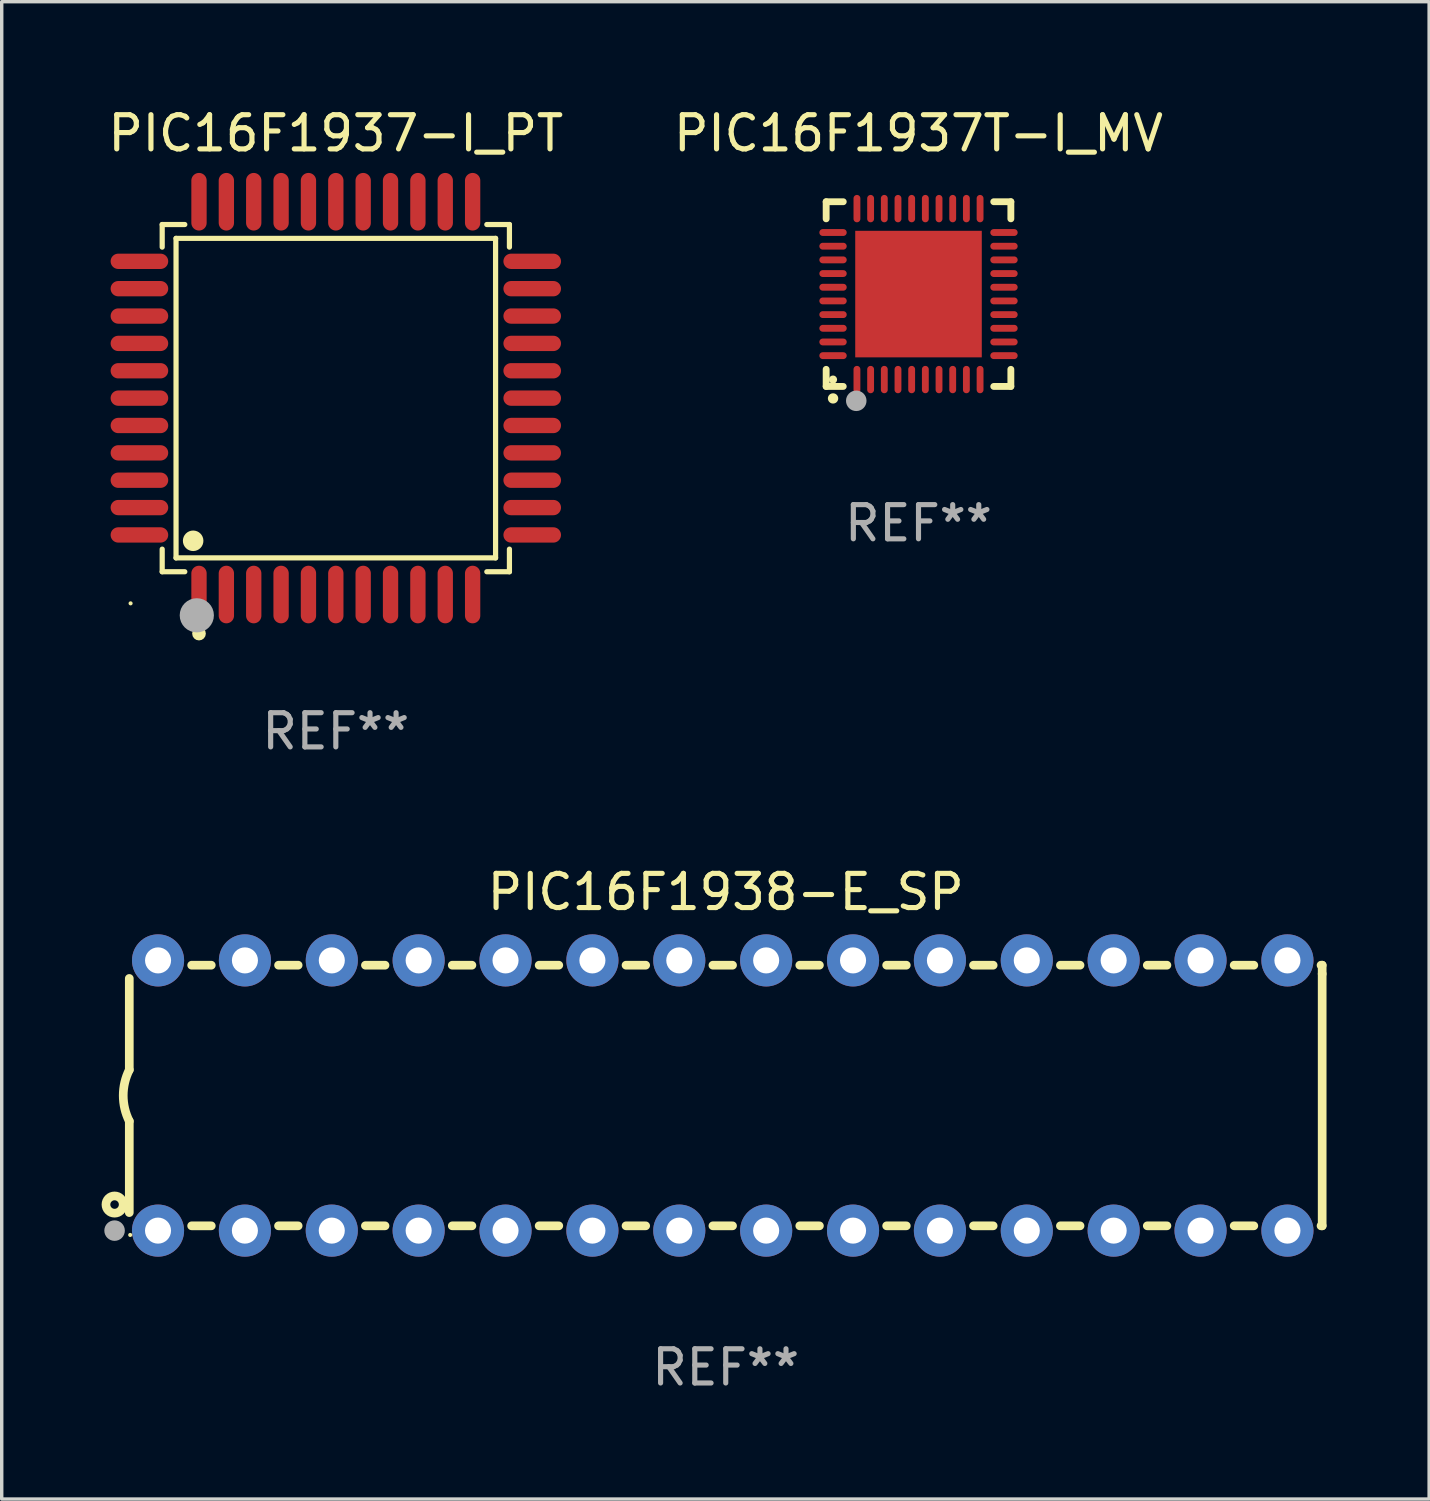
<source format=kicad_pcb>
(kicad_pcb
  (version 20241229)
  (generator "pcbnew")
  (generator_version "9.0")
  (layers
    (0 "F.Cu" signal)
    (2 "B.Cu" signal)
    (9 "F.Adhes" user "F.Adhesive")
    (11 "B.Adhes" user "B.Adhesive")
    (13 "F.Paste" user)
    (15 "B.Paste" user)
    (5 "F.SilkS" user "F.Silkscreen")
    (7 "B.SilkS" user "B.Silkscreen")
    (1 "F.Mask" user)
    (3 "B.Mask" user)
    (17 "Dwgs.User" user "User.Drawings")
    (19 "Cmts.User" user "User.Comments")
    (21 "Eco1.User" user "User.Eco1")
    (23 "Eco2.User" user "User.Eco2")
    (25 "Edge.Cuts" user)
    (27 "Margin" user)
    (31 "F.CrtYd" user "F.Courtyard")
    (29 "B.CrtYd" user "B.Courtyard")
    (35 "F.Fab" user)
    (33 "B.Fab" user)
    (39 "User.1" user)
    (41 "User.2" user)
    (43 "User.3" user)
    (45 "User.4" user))
  (footprint "PIC16F1937T-I_MV"
    (layer "F.Cu")
    (at 23.804 5.548)
    (property "Reference" "PIC16F1937T-I_MV" (at 0 -4.7 0) (layer "F.SilkS") (effects (font (size 1 1) (thickness 0.15))))
    (attr through_hole)
    (fp_line (start -2.7 -2.7) (end -2.7 -2.2) (stroke (width 0.2) (type solid)) (layer "F.SilkS"))
    (fp_line (start -2.7 2.7) (end -2.7 2.2) (stroke (width 0.2) (type solid)) (layer "F.SilkS"))
    (fp_line (start -2.2 -2.7) (end -2.7 -2.7) (stroke (width 0.2) (type solid)) (layer "F.SilkS"))
    (fp_line (start -2.2 2.7) (end -2.7 2.7) (stroke (width 0.2) (type solid)) (layer "F.SilkS"))
    (fp_line (start 2.7 -2.7) (end 2.2 -2.7) (stroke (width 0.2) (type solid)) (layer "F.SilkS"))
    (fp_line (start 2.7 -2.2) (end 2.7 -2.7) (stroke (width 0.2) (type solid)) (layer "F.SilkS"))
    (fp_line (start 2.7 2.2) (end 2.7 2.7) (stroke (width 0.2) (type solid)) (layer "F.SilkS"))
    (fp_line (start 2.7 2.7) (end 2.2 2.7) (stroke (width 0.2) (type solid)) (layer "F.SilkS"))
    (fp_arc (start -2.499365 3.050546) (mid -2.498095 3.050541) (end -2.496825 3.050546) (stroke (width 0.3) (type solid)) (layer "F.SilkS"))
    (fp_circle (center -2.5 2.5) (end -2.44 2.5) (stroke (width 0.12) (type solid)) (fill no) (layer "F.SilkS"))
    (fp_circle (center -1.82 3.12) (end -1.67 3.12) (stroke (width 0.3) (type solid)) (fill no) (layer "F.Fab"))
    (fp_text user "REF**" (at 0 6.7 0) (layer "F.Fab") (effects (font (size 1 1) (thickness 0.15))))
    (pad "1" smd oval (at -1.8 2.499) (size 0.2 0.8) (layers "F.Cu" "F.Mask" "F.Paste"))
    (pad "2" smd oval (at -1.4 2.499) (size 0.2 0.8) (layers "F.Cu" "F.Mask" "F.Paste"))
    (pad "3" smd oval (at -1 2.499) (size 0.2 0.8) (layers "F.Cu" "F.Mask" "F.Paste"))
    (pad "4" smd oval (at -0.6 2.499) (size 0.2 0.8) (layers "F.Cu" "F.Mask" "F.Paste"))
    (pad "5" smd oval (at -0.2 2.499) (size 0.2 0.8) (layers "F.Cu" "F.Mask" "F.Paste"))
    (pad "6" smd oval (at 0.2 2.499) (size 0.2 0.8) (layers "F.Cu" "F.Mask" "F.Paste"))
    (pad "7" smd oval (at 0.6 2.499) (size 0.2 0.8) (layers "F.Cu" "F.Mask" "F.Paste"))
    (pad "8" smd oval (at 1 2.499) (size 0.2 0.8) (layers "F.Cu" "F.Mask" "F.Paste"))
    (pad "9" smd oval (at 1.4 2.499) (size 0.2 0.8) (layers "F.Cu" "F.Mask" "F.Paste"))
    (pad "10" smd oval (at 1.8 2.499) (size 0.2 0.8) (layers "F.Cu" "F.Mask" "F.Paste"))
    (pad "11" smd oval (at 2.499 1.8) (size 0.8 0.2) (layers "F.Cu" "F.Mask" "F.Paste"))
    (pad "12" smd oval (at 2.499 1.4) (size 0.8 0.2) (layers "F.Cu" "F.Mask" "F.Paste"))
    (pad "13" smd oval (at 2.499 1) (size 0.8 0.2) (layers "F.Cu" "F.Mask" "F.Paste"))
    (pad "14" smd oval (at 2.499 0.6) (size 0.8 0.2) (layers "F.Cu" "F.Mask" "F.Paste"))
    (pad "15" smd oval (at 2.499 0.2) (size 0.8 0.2) (layers "F.Cu" "F.Mask" "F.Paste"))
    (pad "16" smd oval (at 2.499 -0.2) (size 0.8 0.2) (layers "F.Cu" "F.Mask" "F.Paste"))
    (pad "17" smd oval (at 2.499 -0.6) (size 0.8 0.2) (layers "F.Cu" "F.Mask" "F.Paste"))
    (pad "18" smd oval (at 2.499 -1) (size 0.8 0.2) (layers "F.Cu" "F.Mask" "F.Paste"))
    (pad "19" smd oval (at 2.499 -1.4) (size 0.8 0.2) (layers "F.Cu" "F.Mask" "F.Paste"))
    (pad "20" smd oval (at 2.499 -1.8) (size 0.8 0.2) (layers "F.Cu" "F.Mask" "F.Paste"))
    (pad "21" smd oval (at 1.8 -2.499) (size 0.2 0.8) (layers "F.Cu" "F.Mask" "F.Paste"))
    (pad "22" smd oval (at 1.4 -2.499) (size 0.2 0.8) (layers "F.Cu" "F.Mask" "F.Paste"))
    (pad "23" smd oval (at 1 -2.499) (size 0.2 0.8) (layers "F.Cu" "F.Mask" "F.Paste"))
    (pad "24" smd oval (at 0.6 -2.499) (size 0.2 0.8) (layers "F.Cu" "F.Mask" "F.Paste"))
    (pad "25" smd oval (at 0.2 -2.499) (size 0.2 0.8) (layers "F.Cu" "F.Mask" "F.Paste"))
    (pad "26" smd oval (at -0.2 -2.499) (size 0.2 0.8) (layers "F.Cu" "F.Mask" "F.Paste"))
    (pad "27" smd oval (at -0.6 -2.499) (size 0.2 0.8) (layers "F.Cu" "F.Mask" "F.Paste"))
    (pad "28" smd oval (at -1 -2.499) (size 0.2 0.8) (layers "F.Cu" "F.Mask" "F.Paste"))
    (pad "29" smd oval (at -1.4 -2.499) (size 0.2 0.8) (layers "F.Cu" "F.Mask" "F.Paste"))
    (pad "30" smd oval (at -1.8 -2.499) (size 0.2 0.8) (layers "F.Cu" "F.Mask" "F.Paste"))
    (pad "31" smd oval (at -2.499 -1.8) (size 0.8 0.2) (layers "F.Cu" "F.Mask" "F.Paste"))
    (pad "32" smd oval (at -2.499 -1.4) (size 0.8 0.2) (layers "F.Cu" "F.Mask" "F.Paste"))
    (pad "33" smd oval (at -2.499 -1) (size 0.8 0.2) (layers "F.Cu" "F.Mask" "F.Paste"))
    (pad "34" smd oval (at -2.499 -0.6) (size 0.8 0.2) (layers "F.Cu" "F.Mask" "F.Paste"))
    (pad "35" smd oval (at -2.499 -0.2) (size 0.8 0.2) (layers "F.Cu" "F.Mask" "F.Paste"))
    (pad "36" smd oval (at -2.499 0.2) (size 0.8 0.2) (layers "F.Cu" "F.Mask" "F.Paste"))
    (pad "37" smd oval (at -2.499 0.6) (size 0.8 0.2) (layers "F.Cu" "F.Mask" "F.Paste"))
    (pad "38" smd oval (at -2.499 1) (size 0.8 0.2) (layers "F.Cu" "F.Mask" "F.Paste"))
    (pad "39" smd oval (at -2.499 1.4) (size 0.8 0.2) (layers "F.Cu" "F.Mask" "F.Paste"))
    (pad "40" smd oval (at -2.499 1.8) (size 0.8 0.2) (layers "F.Cu" "F.Mask" "F.Paste"))
    (pad "41" smd rect (at 0 0) (size 3.7 3.7) (layers "F.Cu" "F.Mask" "F.Paste")))
  (footprint "PIC16F1938-E_SP"
    (layer "F.Cu")
    (at 18.168 28.979)
    (property "Reference" "PIC16F1938-E_SP" (at 0 -5.95 0) (layer "F.SilkS") (effects (font (size 1 1) (thickness 0.15))))
    (attr through_hole)
    (fp_line (start -17.438 0.75) (end -17.438 3.423) (stroke (width 0.254) (type solid)) (layer "F.SilkS"))
    (fp_line (start -17.438 -3.423) (end -17.438 -0.75) (stroke (width 0.254) (type solid)) (layer "F.SilkS"))
    (fp_line (start -15.615 3.81) (end -15.041 3.81) (stroke (width 0.254) (type solid)) (layer "F.SilkS"))
    (fp_line (start -15.041 -3.81) (end -15.614 -3.81) (stroke (width 0.254) (type solid)) (layer "F.SilkS"))
    (fp_line (start -13.075 3.81) (end -12.501 3.81) (stroke (width 0.254) (type solid)) (layer "F.SilkS"))
    (fp_line (start -12.501 -3.81) (end -13.074 -3.81) (stroke (width 0.254) (type solid)) (layer "F.SilkS"))
    (fp_line (start -10.535 3.81) (end -9.961 3.81) (stroke (width 0.254) (type solid)) (layer "F.SilkS"))
    (fp_line (start -9.961 -3.81) (end -10.534 -3.81) (stroke (width 0.254) (type solid)) (layer "F.SilkS"))
    (fp_line (start -7.995 3.81) (end -7.421 3.81) (stroke (width 0.254) (type solid)) (layer "F.SilkS"))
    (fp_line (start -7.421 -3.81) (end -7.995 -3.81) (stroke (width 0.254) (type solid)) (layer "F.SilkS"))
    (fp_line (start -5.455 3.81) (end -4.881 3.81) (stroke (width 0.254) (type solid)) (layer "F.SilkS"))
    (fp_line (start -4.881 -3.81) (end -5.455 -3.81) (stroke (width 0.254) (type solid)) (layer "F.SilkS"))
    (fp_line (start -2.915 3.81) (end -2.341 3.81) (stroke (width 0.254) (type solid)) (layer "F.SilkS"))
    (fp_line (start -2.341 -3.81) (end -2.915 -3.81) (stroke (width 0.254) (type solid)) (layer "F.SilkS"))
    (fp_line (start -0.375 3.81) (end 0.199 3.81) (stroke (width 0.254) (type solid)) (layer "F.SilkS"))
    (fp_line (start 0.199 -3.81) (end -0.375 -3.81) (stroke (width 0.254) (type solid)) (layer "F.SilkS"))
    (fp_line (start 2.165 3.81) (end 2.739 3.81) (stroke (width 0.254) (type solid)) (layer "F.SilkS"))
    (fp_line (start 2.739 -3.81) (end 2.165 -3.81) (stroke (width 0.254) (type solid)) (layer "F.SilkS"))
    (fp_line (start 4.705 3.81) (end 5.279 3.81) (stroke (width 0.254) (type solid)) (layer "F.SilkS"))
    (fp_line (start 5.279 -3.81) (end 4.705 -3.81) (stroke (width 0.254) (type solid)) (layer "F.SilkS"))
    (fp_line (start 7.245 3.81) (end 7.819 3.81) (stroke (width 0.254) (type solid)) (layer "F.SilkS"))
    (fp_line (start 7.819 -3.81) (end 7.245 -3.81) (stroke (width 0.254) (type solid)) (layer "F.SilkS"))
    (fp_line (start 9.785 3.81) (end 10.359 3.81) (stroke (width 0.254) (type solid)) (layer "F.SilkS"))
    (fp_line (start 10.359 -3.81) (end 9.785 -3.81) (stroke (width 0.254) (type solid)) (layer "F.SilkS"))
    (fp_line (start 12.325 3.81) (end 12.899 3.81) (stroke (width 0.254) (type solid)) (layer "F.SilkS"))
    (fp_line (start 12.899 -3.81) (end 12.325 -3.81) (stroke (width 0.254) (type solid)) (layer "F.SilkS"))
    (fp_line (start 14.865 3.81) (end 15.439 3.81) (stroke (width 0.254) (type solid)) (layer "F.SilkS"))
    (fp_line (start 15.439 -3.81) (end 14.865 -3.81) (stroke (width 0.254) (type solid)) (layer "F.SilkS"))
    (fp_line (start 17.405 3.81) (end 17.438 3.81) (stroke (width 0.254) (type solid)) (layer "F.SilkS"))
    (fp_line (start 17.438 -3.81) (end 17.405 -3.81) (stroke (width 0.254) (type solid)) (layer "F.SilkS"))
    (fp_line (start 17.438 -3.556) (end 17.438 -3.81) (stroke (width 0.254) (type solid)) (layer "F.SilkS"))
    (fp_line (start 17.438 3.81) (end 17.438 -3.556) (stroke (width 0.254) (type solid)) (layer "F.SilkS"))
    (fp_arc (start -17.437986 0.749657) (mid -17.614887 -0.000024) (end -17.437783 -0.749657) (stroke (width 0.254001) (type solid)) (layer "F.SilkS"))
    (fp_circle (center -17.868 3.188) (end -17.743 3.188) (stroke (width 0.254) (type solid)) (fill no) (layer "F.SilkS"))
    (fp_circle (center -17.411 4.077) (end -17.381 4.077) (stroke (width 0.06) (type solid)) (fill no) (layer "F.SilkS"))
    (fp_circle (center -17.868 3.95) (end -17.718 3.95) (stroke (width 0.3) (type solid)) (fill no) (layer "F.Fab"))
    (fp_text user "REF**" (at 0 7.95 0) (layer "F.Fab") (effects (font (size 1 1) (thickness 0.15))))
    (pad "1" thru_hole circle (at -16.598 3.95) (size 1.524 1.524) (drill 0.762) (layers "*.Cu" "*.Mask"))
    (pad "2" thru_hole circle (at -14.058 3.95) (size 1.524 1.524) (drill 0.762) (layers "*.Cu" "*.Mask"))
    (pad "3" thru_hole circle (at -11.518 3.95) (size 1.524 1.524) (drill 0.762) (layers "*.Cu" "*.Mask"))
    (pad "4" thru_hole circle (at -8.978 3.95) (size 1.524 1.524) (drill 0.762) (layers "*.Cu" "*.Mask"))
    (pad "5" thru_hole circle (at -6.438 3.95) (size 1.524 1.524) (drill 0.762) (layers "*.Cu" "*.Mask"))
    (pad "6" thru_hole circle (at -3.898 3.95) (size 1.524 1.524) (drill 0.762) (layers "*.Cu" "*.Mask"))
    (pad "7" thru_hole circle (at -1.358 3.95) (size 1.524 1.524) (drill 0.762) (layers "*.Cu" "*.Mask"))
    (pad "8" thru_hole circle (at 1.182 3.95) (size 1.524 1.524) (drill 0.762) (layers "*.Cu" "*.Mask"))
    (pad "9" thru_hole circle (at 3.722 3.95) (size 1.524 1.524) (drill 0.762) (layers "*.Cu" "*.Mask"))
    (pad "10" thru_hole circle (at 6.262 3.95) (size 1.524 1.524) (drill 0.762) (layers "*.Cu" "*.Mask"))
    (pad "11" thru_hole circle (at 8.802 3.95) (size 1.524 1.524) (drill 0.762) (layers "*.Cu" "*.Mask"))
    (pad "12" thru_hole circle (at 11.342 3.95) (size 1.524 1.524) (drill 0.762) (layers "*.Cu" "*.Mask"))
    (pad "13" thru_hole circle (at 13.882 3.95) (size 1.524 1.524) (drill 0.762) (layers "*.Cu" "*.Mask"))
    (pad "14" thru_hole circle (at 16.422 3.95) (size 1.524 1.524) (drill 0.762) (layers "*.Cu" "*.Mask"))
    (pad "15" thru_hole circle (at 16.422 -3.95) (size 1.524 1.524) (drill 0.762) (layers "*.Cu" "*.Mask"))
    (pad "16" thru_hole circle (at 13.882 -3.95) (size 1.524 1.524) (drill 0.762) (layers "*.Cu" "*.Mask"))
    (pad "17" thru_hole circle (at 11.342 -3.95) (size 1.524 1.524) (drill 0.762) (layers "*.Cu" "*.Mask"))
    (pad "18" thru_hole circle (at 8.802 -3.95) (size 1.524 1.524) (drill 0.762) (layers "*.Cu" "*.Mask"))
    (pad "19" thru_hole circle (at 6.262 -3.95) (size 1.524 1.524) (drill 0.762) (layers "*.Cu" "*.Mask"))
    (pad "20" thru_hole circle (at 3.722 -3.95) (size 1.524 1.524) (drill 0.762) (layers "*.Cu" "*.Mask"))
    (pad "21" thru_hole circle (at 1.182 -3.95) (size 1.524 1.524) (drill 0.762) (layers "*.Cu" "*.Mask"))
    (pad "22" thru_hole circle (at -1.358 -3.95) (size 1.524 1.524) (drill 0.762) (layers "*.Cu" "*.Mask"))
    (pad "23" thru_hole circle (at -3.898 -3.95) (size 1.524 1.524) (drill 0.762) (layers "*.Cu" "*.Mask"))
    (pad "24" thru_hole circle (at -6.438 -3.95) (size 1.524 1.524) (drill 0.762) (layers "*.Cu" "*.Mask"))
    (pad "25" thru_hole circle (at -8.978 -3.95) (size 1.524 1.524) (drill 0.762) (layers "*.Cu" "*.Mask"))
    (pad "26" thru_hole circle (at -11.517 -3.95) (size 1.524 1.524) (drill 0.762) (layers "*.Cu" "*.Mask"))
    (pad "27" thru_hole circle (at -14.057 -3.95) (size 1.524 1.524) (drill 0.762) (layers "*.Cu" "*.Mask"))
    (pad "28" thru_hole circle (at -16.597 -3.95) (size 1.524 1.524) (drill 0.762) (layers "*.Cu" "*.Mask")))
  (footprint "PIC16F1937-I_PT"
    (layer "F.Cu")
    (at 6.768 8.59)
    (property "Reference" "PIC16F1937-I_PT" (at 0 -7.742 0) (layer "F.SilkS") (effects (font (size 1 1) (thickness 0.15))))
    (attr through_hole)
    (fp_line (start -5.076 -5.076) (end -4.415 -5.076) (stroke (width 0.152) (type solid)) (layer "F.SilkS"))
    (fp_line (start -5.076 -4.415) (end -5.076 -5.076) (stroke (width 0.152) (type solid)) (layer "F.SilkS"))
    (fp_line (start -5.076 4.415) (end -5.076 5.076) (stroke (width 0.152) (type solid)) (layer "F.SilkS"))
    (fp_line (start -5.076 5.076) (end -4.415 5.076) (stroke (width 0.152) (type solid)) (layer "F.SilkS"))
    (fp_line (start -4.671 -4.671) (end 4.671 -4.671) (stroke (width 0.152) (type solid)) (layer "F.SilkS"))
    (fp_line (start -4.671 4.671) (end -4.671 -4.671) (stroke (width 0.152) (type solid)) (layer "F.SilkS"))
    (fp_line (start 4.671 -4.671) (end 4.671 4.671) (stroke (width 0.152) (type solid)) (layer "F.SilkS"))
    (fp_line (start 4.671 4.671) (end -4.671 4.671) (stroke (width 0.152) (type solid)) (layer "F.SilkS"))
    (fp_line (start 5.076 -5.076) (end 4.415 -5.076) (stroke (width 0.152) (type solid)) (layer "F.SilkS"))
    (fp_line (start 5.076 -4.415) (end 5.076 -5.076) (stroke (width 0.152) (type solid)) (layer "F.SilkS"))
    (fp_line (start 5.076 4.415) (end 5.076 5.076) (stroke (width 0.152) (type solid)) (layer "F.SilkS"))
    (fp_line (start 5.076 5.076) (end 4.415 5.076) (stroke (width 0.152) (type solid)) (layer "F.SilkS"))
    (fp_circle (center -6 6) (end -5.97 6) (stroke (width 0.06) (type solid)) (fill no) (layer "F.SilkS"))
    (fp_circle (center -4.171 4.171) (end -4.021 4.171) (stroke (width 0.3) (type solid)) (fill no) (layer "F.SilkS"))
    (fp_circle (center -4 6.884) (end -3.9 6.884) (stroke (width 0.2) (type solid)) (fill no) (layer "F.SilkS"))
    (fp_circle (center -4.064 6.35) (end -3.814 6.35) (stroke (width 0.5) (type solid)) (fill no) (layer "F.Fab"))
    (fp_text user "REF**" (at 0 9.742 0) (layer "F.Fab") (effects (font (size 1 1) (thickness 0.15))))
    (pad "1" smd oval (at -4 5.742) (size 0.448 1.684) (layers "F.Cu" "F.Mask" "F.Paste"))
    (pad "2" smd oval (at -3.2 5.742) (size 0.448 1.684) (layers "F.Cu" "F.Mask" "F.Paste"))
    (pad "3" smd oval (at -2.4 5.742) (size 0.448 1.684) (layers "F.Cu" "F.Mask" "F.Paste"))
    (pad "4" smd oval (at -1.6 5.742) (size 0.448 1.684) (layers "F.Cu" "F.Mask" "F.Paste"))
    (pad "5" smd oval (at -0.8 5.742) (size 0.448 1.684) (layers "F.Cu" "F.Mask" "F.Paste"))
    (pad "6" smd oval (at 0 5.742) (size 0.448 1.684) (layers "F.Cu" "F.Mask" "F.Paste"))
    (pad "7" smd oval (at 0.8 5.742) (size 0.448 1.684) (layers "F.Cu" "F.Mask" "F.Paste"))
    (pad "8" smd oval (at 1.6 5.742) (size 0.448 1.684) (layers "F.Cu" "F.Mask" "F.Paste"))
    (pad "9" smd oval (at 2.4 5.742) (size 0.448 1.684) (layers "F.Cu" "F.Mask" "F.Paste"))
    (pad "10" smd oval (at 3.2 5.742) (size 0.448 1.684) (layers "F.Cu" "F.Mask" "F.Paste"))
    (pad "11" smd oval (at 4 5.742) (size 0.448 1.684) (layers "F.Cu" "F.Mask" "F.Paste"))
    (pad "12" smd oval (at 5.742 4) (size 1.684 0.448) (layers "F.Cu" "F.Mask" "F.Paste"))
    (pad "13" smd oval (at 5.742 3.2) (size 1.684 0.448) (layers "F.Cu" "F.Mask" "F.Paste"))
    (pad "14" smd oval (at 5.742 2.4) (size 1.684 0.448) (layers "F.Cu" "F.Mask" "F.Paste"))
    (pad "15" smd oval (at 5.742 1.6) (size 1.684 0.448) (layers "F.Cu" "F.Mask" "F.Paste"))
    (pad "16" smd oval (at 5.742 0.8) (size 1.684 0.448) (layers "F.Cu" "F.Mask" "F.Paste"))
    (pad "17" smd oval (at 5.742 0) (size 1.684 0.448) (layers "F.Cu" "F.Mask" "F.Paste"))
    (pad "18" smd oval (at 5.742 -0.8) (size 1.684 0.448) (layers "F.Cu" "F.Mask" "F.Paste"))
    (pad "19" smd oval (at 5.742 -1.6) (size 1.684 0.448) (layers "F.Cu" "F.Mask" "F.Paste"))
    (pad "20" smd oval (at 5.742 -2.4) (size 1.684 0.448) (layers "F.Cu" "F.Mask" "F.Paste"))
    (pad "21" smd oval (at 5.742 -3.2) (size 1.684 0.448) (layers "F.Cu" "F.Mask" "F.Paste"))
    (pad "22" smd oval (at 5.742 -4) (size 1.684 0.448) (layers "F.Cu" "F.Mask" "F.Paste"))
    (pad "23" smd oval (at 4 -5.742) (size 0.448 1.684) (layers "F.Cu" "F.Mask" "F.Paste"))
    (pad "24" smd oval (at 3.2 -5.742) (size 0.448 1.684) (layers "F.Cu" "F.Mask" "F.Paste"))
    (pad "25" smd oval (at 2.4 -5.742) (size 0.448 1.684) (layers "F.Cu" "F.Mask" "F.Paste"))
    (pad "26" smd oval (at 1.6 -5.742) (size 0.448 1.684) (layers "F.Cu" "F.Mask" "F.Paste"))
    (pad "27" smd oval (at 0.8 -5.742) (size 0.448 1.684) (layers "F.Cu" "F.Mask" "F.Paste"))
    (pad "28" smd oval (at 0 -5.742) (size 0.448 1.684) (layers "F.Cu" "F.Mask" "F.Paste"))
    (pad "29" smd oval (at -0.8 -5.742) (size 0.448 1.684) (layers "F.Cu" "F.Mask" "F.Paste"))
    (pad "30" smd oval (at -1.6 -5.742) (size 0.448 1.684) (layers "F.Cu" "F.Mask" "F.Paste"))
    (pad "31" smd oval (at -2.4 -5.742) (size 0.448 1.684) (layers "F.Cu" "F.Mask" "F.Paste"))
    (pad "32" smd oval (at -3.2 -5.742) (size 0.448 1.684) (layers "F.Cu" "F.Mask" "F.Paste"))
    (pad "33" smd oval (at -4 -5.742) (size 0.448 1.684) (layers "F.Cu" "F.Mask" "F.Paste"))
    (pad "34" smd oval (at -5.742 -4) (size 1.684 0.448) (layers "F.Cu" "F.Mask" "F.Paste"))
    (pad "35" smd oval (at -5.742 -3.2) (size 1.684 0.448) (layers "F.Cu" "F.Mask" "F.Paste"))
    (pad "36" smd oval (at -5.742 -2.4) (size 1.684 0.448) (layers "F.Cu" "F.Mask" "F.Paste"))
    (pad "37" smd oval (at -5.742 -1.6) (size 1.684 0.448) (layers "F.Cu" "F.Mask" "F.Paste"))
    (pad "38" smd oval (at -5.742 -0.8) (size 1.684 0.448) (layers "F.Cu" "F.Mask" "F.Paste"))
    (pad "39" smd oval (at -5.742 0) (size 1.684 0.448) (layers "F.Cu" "F.Mask" "F.Paste"))
    (pad "40" smd oval (at -5.742 0.8) (size 1.684 0.448) (layers "F.Cu" "F.Mask" "F.Paste"))
    (pad "41" smd oval (at -5.742 1.6) (size 1.684 0.448) (layers "F.Cu" "F.Mask" "F.Paste"))
    (pad "42" smd oval (at -5.742 2.4) (size 1.684 0.448) (layers "F.Cu" "F.Mask" "F.Paste"))
    (pad "43" smd oval (at -5.742 3.2) (size 1.684 0.448) (layers "F.Cu" "F.Mask" "F.Paste"))
    (pad "44" smd oval (at -5.742 4) (size 1.684 0.448) (layers "F.Cu" "F.Mask" "F.Paste")))
  (gr_rect
    (start -3 -3)
    (end 38.733 40.777)
    (stroke (width 0.1) (type default))
    (fill no)
    (layer "Edge.Cuts")))
</source>
